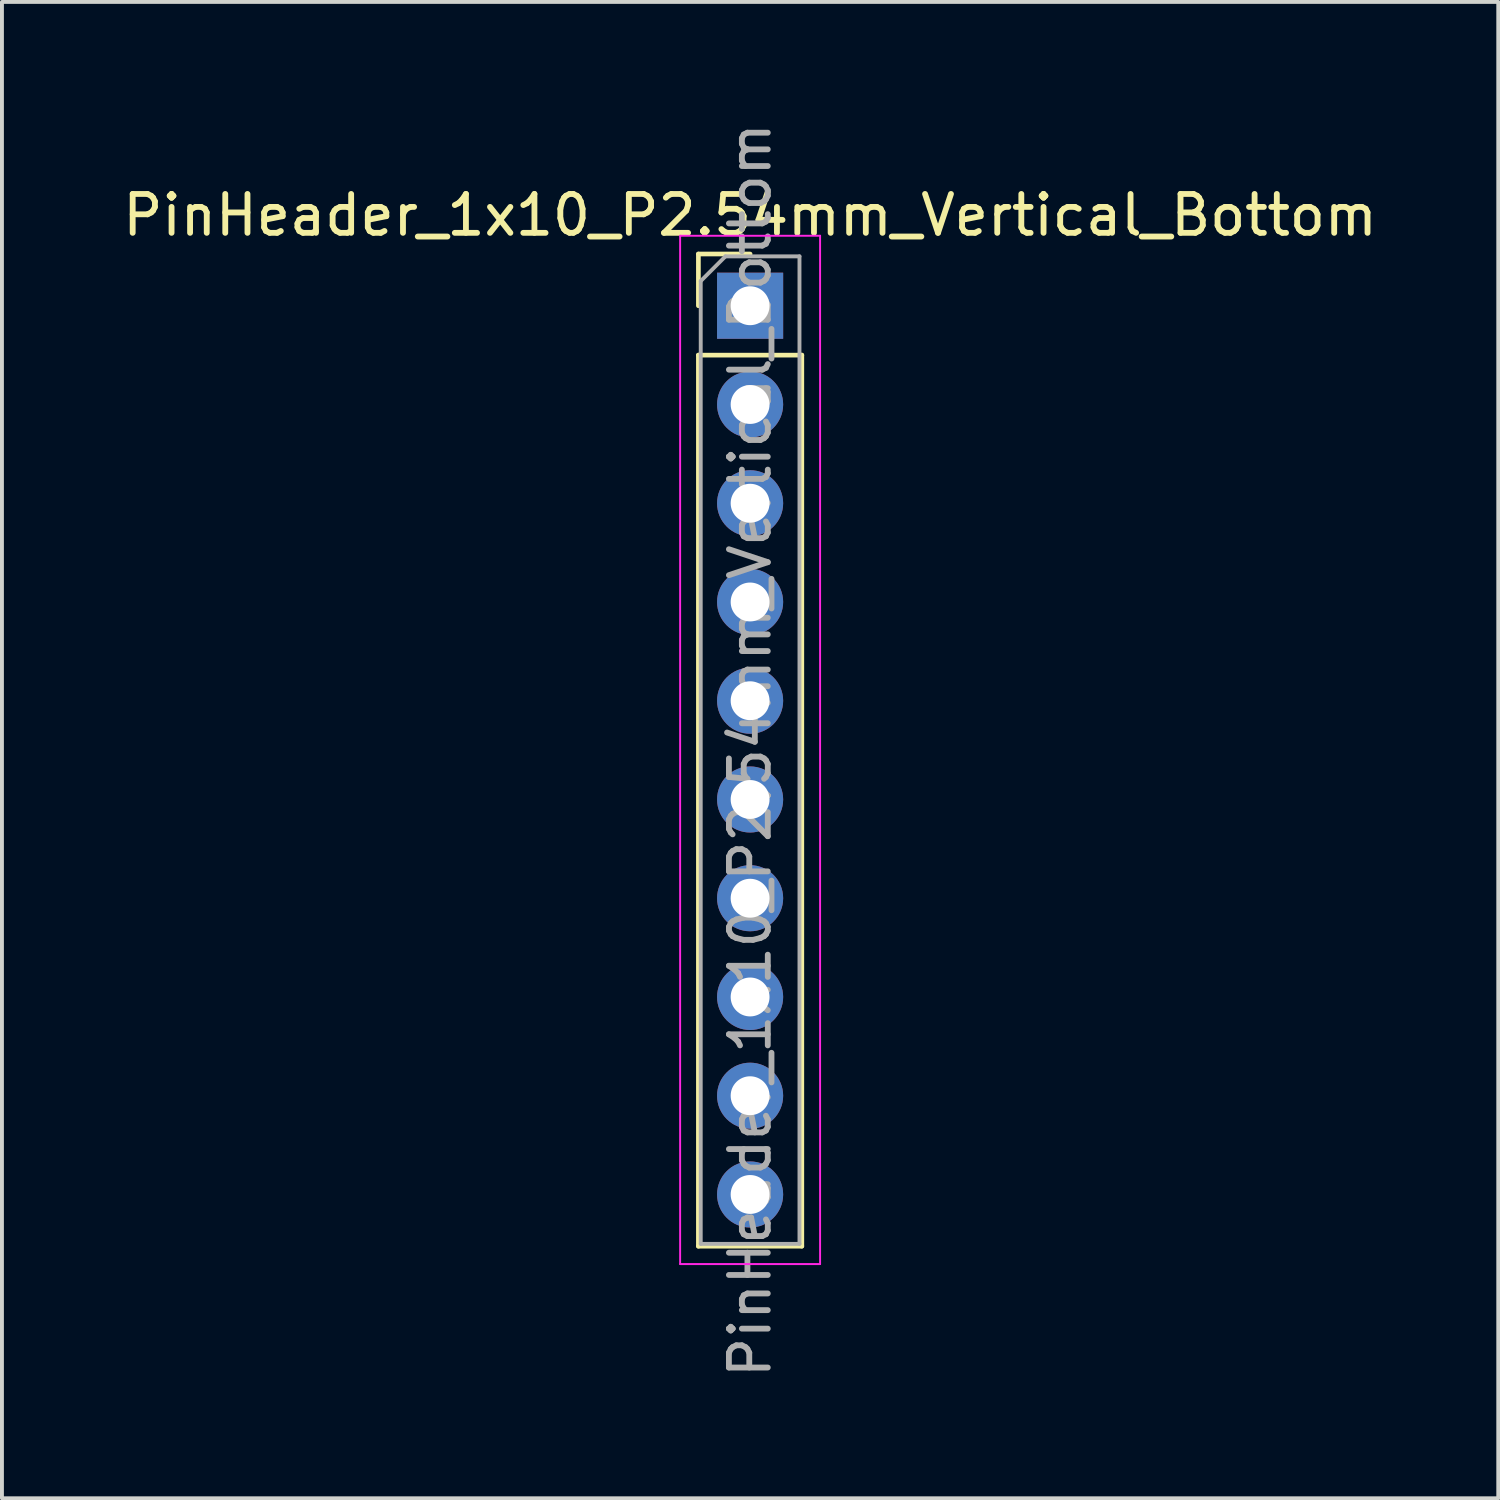
<source format=kicad_pcb>
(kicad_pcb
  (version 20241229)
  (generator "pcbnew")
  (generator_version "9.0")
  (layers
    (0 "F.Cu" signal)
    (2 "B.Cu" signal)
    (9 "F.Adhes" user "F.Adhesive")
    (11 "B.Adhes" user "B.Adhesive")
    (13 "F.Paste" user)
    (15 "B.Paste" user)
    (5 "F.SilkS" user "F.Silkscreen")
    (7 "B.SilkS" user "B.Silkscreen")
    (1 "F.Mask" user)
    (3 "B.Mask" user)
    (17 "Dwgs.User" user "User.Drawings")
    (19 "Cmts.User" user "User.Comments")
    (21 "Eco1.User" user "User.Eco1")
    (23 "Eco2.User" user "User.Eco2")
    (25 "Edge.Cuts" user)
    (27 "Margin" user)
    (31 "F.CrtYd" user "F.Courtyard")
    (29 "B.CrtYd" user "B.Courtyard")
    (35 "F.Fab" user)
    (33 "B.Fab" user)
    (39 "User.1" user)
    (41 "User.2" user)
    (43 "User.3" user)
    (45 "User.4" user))
  (footprint "PinHeader_1x10_P2.54mm_Vertical_Bottom"
    (layer "F.Cu")
    (at 16.244 4.814)
    (property "Reference" "PinHeader_1x10_P2.54mm_Vertical_Bottom" (at 0 -2.33 0) (layer "F.SilkS") (effects (font (size 1 1) (thickness 0.15))))
    (attr through_hole)
    (fp_line (start -1.33 -1.33) (end 0 -1.33) (stroke (width 0.12) (type solid)) (layer "F.SilkS"))
    (fp_line (start -1.33 0) (end -1.33 -1.33) (stroke (width 0.12) (type solid)) (layer "F.SilkS"))
    (fp_line (start -1.33 1.27) (end -1.33 24.19) (stroke (width 0.12) (type solid)) (layer "F.SilkS"))
    (fp_line (start -1.33 1.27) (end 1.33 1.27) (stroke (width 0.12) (type solid)) (layer "F.SilkS"))
    (fp_line (start -1.33 24.19) (end 1.33 24.19) (stroke (width 0.12) (type solid)) (layer "F.SilkS"))
    (fp_line (start 1.33 1.27) (end 1.33 24.19) (stroke (width 0.12) (type solid)) (layer "F.SilkS"))
    (fp_line (start -1.8 -1.8) (end -1.8 24.65) (stroke (width 0.05) (type solid)) (layer "F.CrtYd"))
    (fp_line (start -1.8 24.65) (end 1.8 24.65) (stroke (width 0.05) (type solid)) (layer "F.CrtYd"))
    (fp_line (start 1.8 -1.8) (end -1.8 -1.8) (stroke (width 0.05) (type solid)) (layer "F.CrtYd"))
    (fp_line (start 1.8 24.65) (end 1.8 -1.8) (stroke (width 0.05) (type solid)) (layer "F.CrtYd"))
    (fp_line (start -1.27 -0.635) (end -0.635 -1.27) (stroke (width 0.1) (type solid)) (layer "F.Fab"))
    (fp_line (start -1.27 24.13) (end -1.27 -0.635) (stroke (width 0.1) (type solid)) (layer "F.Fab"))
    (fp_line (start -0.635 -1.27) (end 1.27 -1.27) (stroke (width 0.1) (type solid)) (layer "F.Fab"))
    (fp_line (start 1.27 -1.27) (end 1.27 24.13) (stroke (width 0.1) (type solid)) (layer "F.Fab"))
    (fp_line (start 1.27 24.13) (end -1.27 24.13) (stroke (width 0.1) (type solid)) (layer "F.Fab"))
    (fp_text user "${REFERENCE}" (at 0 11.43 90) (layer "F.Fab") (effects (font (size 1 1) (thickness 0.15))))
    (pad "1" thru_hole rect (at 0 0) (size 1.7 1.7) (drill 1) (layers "*.Cu" "*.Mask"))
    (pad "2" thru_hole oval (at 0 2.54) (size 1.7 1.7) (drill 1) (layers "*.Cu" "*.Mask"))
    (pad "3" thru_hole oval (at 0 5.08) (size 1.7 1.7) (drill 1) (layers "*.Cu" "*.Mask"))
    (pad "4" thru_hole oval (at 0 7.62) (size 1.7 1.7) (drill 1) (layers "*.Cu" "*.Mask"))
    (pad "5" thru_hole oval (at 0 10.16) (size 1.7 1.7) (drill 1) (layers "*.Cu" "*.Mask"))
    (pad "6" thru_hole oval (at 0 12.7) (size 1.7 1.7) (drill 1) (layers "*.Cu" "*.Mask"))
    (pad "7" thru_hole oval (at 0 15.24) (size 1.7 1.7) (drill 1) (layers "*.Cu" "*.Mask"))
    (pad "8" thru_hole oval (at 0 17.78) (size 1.7 1.7) (drill 1) (layers "*.Cu" "*.Mask"))
    (pad "9" thru_hole oval (at 0 20.32) (size 1.7 1.7) (drill 1) (layers "*.Cu" "*.Mask"))
    (pad "10" thru_hole oval (at 0 22.86) (size 1.7 1.7) (drill 1) (layers "*.Cu" "*.Mask")))
  (gr_rect
    (start -3 -3)
    (end 35.488 35.488)
    (stroke (width 0.1) (type default))
    (fill no)
    (layer "Edge.Cuts")))
</source>
